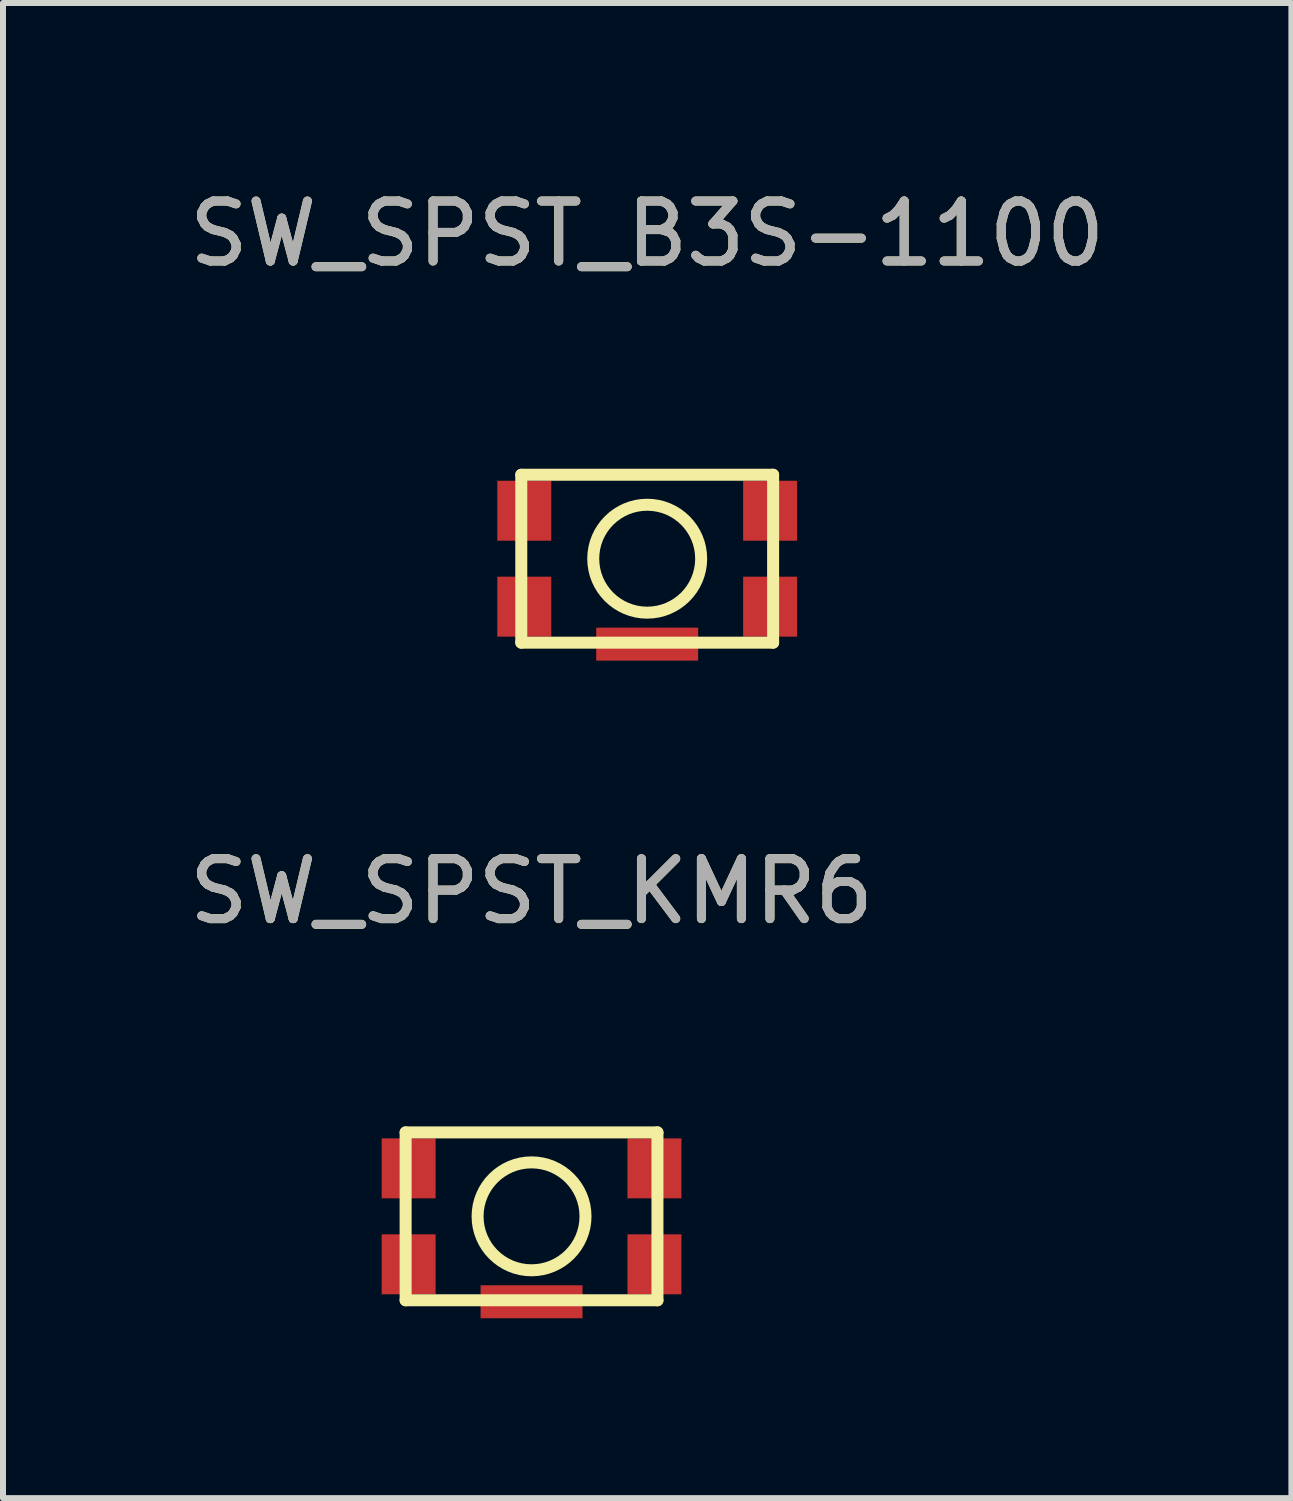
<source format=kicad_pcb>
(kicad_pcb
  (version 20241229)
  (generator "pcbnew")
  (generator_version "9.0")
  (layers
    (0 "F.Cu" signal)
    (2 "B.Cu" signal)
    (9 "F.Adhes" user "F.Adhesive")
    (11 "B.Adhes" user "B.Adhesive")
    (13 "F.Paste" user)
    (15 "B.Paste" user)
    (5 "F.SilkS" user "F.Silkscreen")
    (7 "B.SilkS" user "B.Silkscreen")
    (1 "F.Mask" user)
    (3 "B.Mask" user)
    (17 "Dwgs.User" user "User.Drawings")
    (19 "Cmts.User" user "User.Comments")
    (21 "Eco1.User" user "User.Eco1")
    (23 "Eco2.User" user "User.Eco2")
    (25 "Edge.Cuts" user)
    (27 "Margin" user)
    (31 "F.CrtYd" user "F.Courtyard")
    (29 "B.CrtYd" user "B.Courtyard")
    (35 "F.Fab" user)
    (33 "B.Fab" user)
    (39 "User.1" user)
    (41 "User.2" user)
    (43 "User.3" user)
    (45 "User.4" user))
  (footprint "SW_SPST_B3S-1100"
    (layer "F.Cu")
    (at 7.744 6.268)
    (property "Reference" "SW_SPST_B3S-1100" (at 0 -5.42 0) (layer "F.SilkS") (effects (font (size 1 1) (thickness 0.15))))
    (attr smd)
    (fp_line (start -2.1 -1.4) (end -2.1 1.4) (stroke (width 0.2) (type solid)) (layer "F.SilkS"))
    (fp_line (start -2.1 1.4) (end 2.1 1.4) (stroke (width 0.2) (type solid)) (layer "F.SilkS"))
    (fp_line (start 2.1 -1.4) (end -2.1 -1.4) (stroke (width 0.2) (type solid)) (layer "F.SilkS"))
    (fp_line (start 2.1 1.4) (end 2.1 -1.4) (stroke (width 0.2) (type solid)) (layer "F.SilkS"))
    (fp_circle (center 0 0) (end 0.9 0) (stroke (width 0.2) (type solid)) (fill no) (layer "F.SilkS"))
    (fp_text user "${REFERENCE}" (at 0 -5.42 0) (layer "F.Fab") (effects (font (size 1 1) (thickness 0.15))))
    (pad "1" smd rect (at -2.05 -0.8) (size 0.9 1) (layers "F.Cu" "F.Mask" "F.Paste"))
    (pad "1" smd rect (at 2.05 -0.8) (size 0.9 1) (layers "F.Cu" "F.Mask" "F.Paste"))
    (pad "2" smd rect (at -2.05 0.8) (size 0.9 1) (layers "F.Cu" "F.Mask" "F.Paste"))
    (pad "2" smd rect (at 2.05 0.8) (size 0.9 1) (layers "F.Cu" "F.Mask" "F.Paste"))
    (pad "3" smd rect (at 0 1.425) (size 1.7 0.55) (layers "F.Cu" "F.Mask" "F.Paste")))
  (footprint "SW_SPST_KMR6"
    (layer "F.Cu")
    (at 5.815 17.236)
    (property "Reference" "SW_SPST_KMR6" (at 0 -5.42 0) (layer "F.SilkS") (effects (font (size 1 1) (thickness 0.15))))
    (attr smd)
    (fp_line (start -2.1 -1.4) (end -2.1 1.4) (stroke (width 0.2) (type solid)) (layer "F.SilkS"))
    (fp_line (start -2.1 1.4) (end 2.1 1.4) (stroke (width 0.2) (type solid)) (layer "F.SilkS"))
    (fp_line (start 2.1 -1.4) (end -2.1 -1.4) (stroke (width 0.2) (type solid)) (layer "F.SilkS"))
    (fp_line (start 2.1 1.4) (end 2.1 -1.4) (stroke (width 0.2) (type solid)) (layer "F.SilkS"))
    (fp_circle (center 0 0) (end 0.9 0) (stroke (width 0.2) (type solid)) (fill no) (layer "F.SilkS"))
    (fp_text user "${REFERENCE}" (at 0 -5.42 0) (layer "F.Fab") (effects (font (size 1 1) (thickness 0.15))))
    (pad "1" smd rect (at -2.05 -0.8) (size 0.9 1) (layers "F.Cu" "F.Mask" "F.Paste"))
    (pad "1" smd rect (at 2.05 -0.8) (size 0.9 1) (layers "F.Cu" "F.Mask" "F.Paste"))
    (pad "2" smd rect (at -2.05 0.8) (size 0.9 1) (layers "F.Cu" "F.Mask" "F.Paste"))
    (pad "2" smd rect (at 2.05 0.8) (size 0.9 1) (layers "F.Cu" "F.Mask" "F.Paste"))
    (pad "3" smd rect (at 0 1.425) (size 1.7 0.55) (layers "F.Cu" "F.Mask" "F.Paste")))
  (gr_rect
    (start -3 -3)
    (end 18.488 21.936)
    (stroke (width 0.1) (type default))
    (fill no)
    (layer "Edge.Cuts")))
</source>
